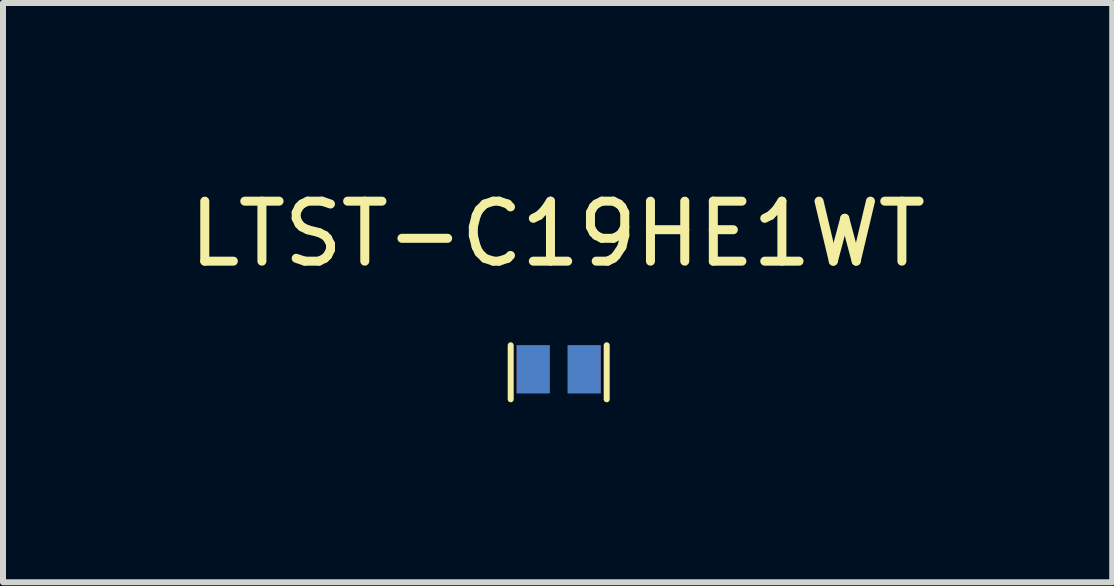
<source format=kicad_pcb>
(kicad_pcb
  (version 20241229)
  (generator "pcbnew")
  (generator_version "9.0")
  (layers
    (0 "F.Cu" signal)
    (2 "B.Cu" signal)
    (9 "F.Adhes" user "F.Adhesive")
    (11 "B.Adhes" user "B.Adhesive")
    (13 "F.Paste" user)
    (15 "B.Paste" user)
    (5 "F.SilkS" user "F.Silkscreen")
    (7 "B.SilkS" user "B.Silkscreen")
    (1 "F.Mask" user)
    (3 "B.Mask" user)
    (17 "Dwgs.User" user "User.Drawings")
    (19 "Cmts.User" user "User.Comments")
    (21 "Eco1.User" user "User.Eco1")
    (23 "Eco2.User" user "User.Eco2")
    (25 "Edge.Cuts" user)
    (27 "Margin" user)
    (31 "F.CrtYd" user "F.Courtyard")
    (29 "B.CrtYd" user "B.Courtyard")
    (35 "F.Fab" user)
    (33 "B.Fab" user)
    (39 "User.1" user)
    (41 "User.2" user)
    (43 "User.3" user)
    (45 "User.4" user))
  (footprint "LTST-C19HE1WT"
    (layer "F.Cu")
    (at 6.262 2.705)
    (property "Reference" "LTST-C19HE1WT" (at -0.018 -1.857 0) (layer "F.SilkS") (effects (font (size 1 1) (thickness 0.15))))
    (attr through_hole)
    (fp_line (start -0.8 0) (end -0.8 0.9) (stroke (width 0.1) (type solid)) (layer "F.SilkS"))
    (fp_line (start 0.8 0) (end 0.8 0.9) (stroke (width 0.1) (type solid)) (layer "F.SilkS"))
    (pad "1" smd rect (at 0.425 0.4) (size 0.55 0.8) (layers "F.Cu" "F.Mask"))
    (pad "2" smd rect (at -0.425 0.4) (size 0.55 0.8) (layers "F.Cu" "F.Mask"))
    (pad "3" smd rect (at -0.425 0.4) (size 0.55 0.8) (layers "B.Cu" "B.Mask"))
    (pad "4" smd rect (at 0.425 0.4) (size 0.55 0.8) (layers "B.Cu" "B.Mask")))
  (gr_rect
    (start -3 -3)
    (end 15.488 6.655)
    (stroke (width 0.1) (type default))
    (fill no)
    (layer "Edge.Cuts")))
</source>
